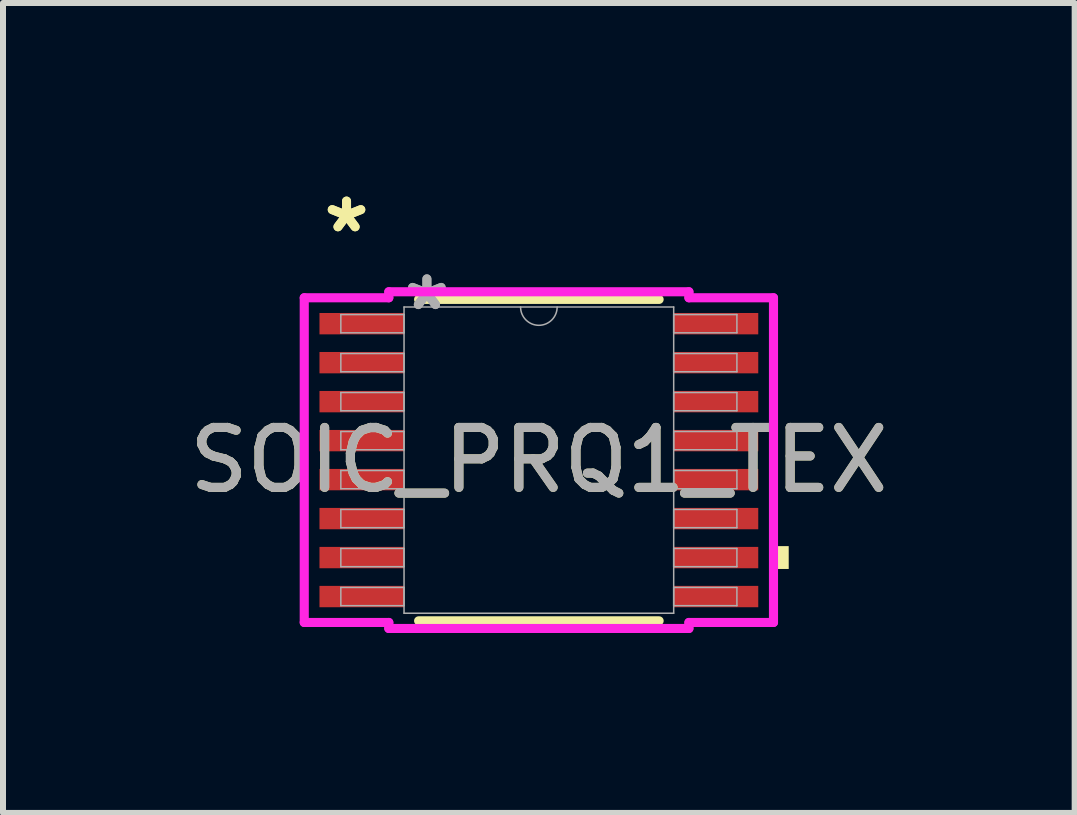
<source format=kicad_pcb>
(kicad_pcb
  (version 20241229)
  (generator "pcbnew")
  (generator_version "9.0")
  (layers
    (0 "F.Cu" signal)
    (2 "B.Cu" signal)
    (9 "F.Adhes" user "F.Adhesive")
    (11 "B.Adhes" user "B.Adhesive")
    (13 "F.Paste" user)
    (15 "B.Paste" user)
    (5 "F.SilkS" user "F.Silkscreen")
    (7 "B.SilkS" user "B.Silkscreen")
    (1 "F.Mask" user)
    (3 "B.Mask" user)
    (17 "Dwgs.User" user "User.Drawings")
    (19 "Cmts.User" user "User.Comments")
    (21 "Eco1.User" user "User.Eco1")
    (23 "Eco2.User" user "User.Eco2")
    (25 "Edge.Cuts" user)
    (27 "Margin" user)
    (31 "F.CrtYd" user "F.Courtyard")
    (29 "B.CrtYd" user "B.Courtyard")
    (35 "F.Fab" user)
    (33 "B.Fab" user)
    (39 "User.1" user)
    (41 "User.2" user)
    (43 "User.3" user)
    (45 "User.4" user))
  (footprint "SOIC_PRQ1_TEX"
    (layer "F.Cu")
    (at 5.935 4.622)
    (property "Reference" "SOIC_PRQ1_TEX" (at 0 0 0) (unlocked yes) (layer "F.SilkS") (effects (font (size 1 1) (thickness 0.15))))
    (attr smd)
    (fp_line (start -2.005 2.68) (end 2.005 2.68) (stroke (width 0.152) (type solid)) (layer "F.SilkS"))
    (fp_line (start 2.005 -2.68) (end -2.005 -2.68) (stroke (width 0.152) (type solid)) (layer "F.SilkS"))
    (fp_poly (pts (xy 4.166 1.434) (xy 4.166 1.815) (xy 3.912 1.815) (xy 3.912 1.434)) (stroke (width 0) (type solid)) (fill yes) (layer "F.SilkS"))
    (fp_line (start -3.912 -2.707) (end -2.502 -2.707) (stroke (width 0.152) (type solid)) (layer "F.CrtYd"))
    (fp_line (start -3.912 2.707) (end -3.912 -2.707) (stroke (width 0.152) (type solid)) (layer "F.CrtYd"))
    (fp_line (start -3.912 2.707) (end -2.502 2.707) (stroke (width 0.152) (type solid)) (layer "F.CrtYd"))
    (fp_line (start -2.502 -2.807) (end 2.502 -2.807) (stroke (width 0.152) (type solid)) (layer "F.CrtYd"))
    (fp_line (start -2.502 -2.707) (end -2.502 -2.807) (stroke (width 0.152) (type solid)) (layer "F.CrtYd"))
    (fp_line (start -2.502 2.807) (end -2.502 2.707) (stroke (width 0.152) (type solid)) (layer "F.CrtYd"))
    (fp_line (start 2.502 -2.807) (end 2.502 -2.707) (stroke (width 0.152) (type solid)) (layer "F.CrtYd"))
    (fp_line (start 2.502 2.707) (end 2.502 2.807) (stroke (width 0.152) (type solid)) (layer "F.CrtYd"))
    (fp_line (start 2.502 2.807) (end -2.502 2.807) (stroke (width 0.152) (type solid)) (layer "F.CrtYd"))
    (fp_line (start 3.912 -2.707) (end 2.502 -2.707) (stroke (width 0.152) (type solid)) (layer "F.CrtYd"))
    (fp_line (start 3.912 -2.707) (end 3.912 2.707) (stroke (width 0.152) (type solid)) (layer "F.CrtYd"))
    (fp_line (start 3.912 2.707) (end 2.502 2.707) (stroke (width 0.152) (type solid)) (layer "F.CrtYd"))
    (fp_line (start -3.302 -2.427) (end -3.302 -2.123) (stroke (width 0.025) (type solid)) (layer "F.Fab"))
    (fp_line (start -3.302 -2.123) (end -2.248 -2.123) (stroke (width 0.025) (type solid)) (layer "F.Fab"))
    (fp_line (start -3.302 -1.777) (end -3.302 -1.473) (stroke (width 0.025) (type solid)) (layer "F.Fab"))
    (fp_line (start -3.302 -1.473) (end -2.248 -1.473) (stroke (width 0.025) (type solid)) (layer "F.Fab"))
    (fp_line (start -3.302 -1.127) (end -3.302 -0.823) (stroke (width 0.025) (type solid)) (layer "F.Fab"))
    (fp_line (start -3.302 -0.823) (end -2.248 -0.823) (stroke (width 0.025) (type solid)) (layer "F.Fab"))
    (fp_line (start -3.302 -0.477) (end -3.302 -0.173) (stroke (width 0.025) (type solid)) (layer "F.Fab"))
    (fp_line (start -3.302 -0.173) (end -2.248 -0.173) (stroke (width 0.025) (type solid)) (layer "F.Fab"))
    (fp_line (start -3.302 0.173) (end -3.302 0.477) (stroke (width 0.025) (type solid)) (layer "F.Fab"))
    (fp_line (start -3.302 0.477) (end -2.248 0.477) (stroke (width 0.025) (type solid)) (layer "F.Fab"))
    (fp_line (start -3.302 0.823) (end -3.302 1.127) (stroke (width 0.025) (type solid)) (layer "F.Fab"))
    (fp_line (start -3.302 1.127) (end -2.248 1.127) (stroke (width 0.025) (type solid)) (layer "F.Fab"))
    (fp_line (start -3.302 1.473) (end -3.302 1.777) (stroke (width 0.025) (type solid)) (layer "F.Fab"))
    (fp_line (start -3.302 1.777) (end -2.248 1.777) (stroke (width 0.025) (type solid)) (layer "F.Fab"))
    (fp_line (start -3.302 2.123) (end -3.302 2.427) (stroke (width 0.025) (type solid)) (layer "F.Fab"))
    (fp_line (start -3.302 2.427) (end -2.248 2.427) (stroke (width 0.025) (type solid)) (layer "F.Fab"))
    (fp_line (start -2.248 -2.553) (end -2.248 2.553) (stroke (width 0.025) (type solid)) (layer "F.Fab"))
    (fp_line (start -2.248 -2.427) (end -3.302 -2.427) (stroke (width 0.025) (type solid)) (layer "F.Fab"))
    (fp_line (start -2.248 -2.123) (end -2.248 -2.427) (stroke (width 0.025) (type solid)) (layer "F.Fab"))
    (fp_line (start -2.248 -1.777) (end -3.302 -1.777) (stroke (width 0.025) (type solid)) (layer "F.Fab"))
    (fp_line (start -2.248 -1.473) (end -2.248 -1.777) (stroke (width 0.025) (type solid)) (layer "F.Fab"))
    (fp_line (start -2.248 -1.127) (end -3.302 -1.127) (stroke (width 0.025) (type solid)) (layer "F.Fab"))
    (fp_line (start -2.248 -0.823) (end -2.248 -1.127) (stroke (width 0.025) (type solid)) (layer "F.Fab"))
    (fp_line (start -2.248 -0.477) (end -3.302 -0.477) (stroke (width 0.025) (type solid)) (layer "F.Fab"))
    (fp_line (start -2.248 -0.173) (end -2.248 -0.477) (stroke (width 0.025) (type solid)) (layer "F.Fab"))
    (fp_line (start -2.248 0.173) (end -3.302 0.173) (stroke (width 0.025) (type solid)) (layer "F.Fab"))
    (fp_line (start -2.248 0.477) (end -2.248 0.173) (stroke (width 0.025) (type solid)) (layer "F.Fab"))
    (fp_line (start -2.248 0.823) (end -3.302 0.823) (stroke (width 0.025) (type solid)) (layer "F.Fab"))
    (fp_line (start -2.248 1.127) (end -2.248 0.823) (stroke (width 0.025) (type solid)) (layer "F.Fab"))
    (fp_line (start -2.248 1.473) (end -3.302 1.473) (stroke (width 0.025) (type solid)) (layer "F.Fab"))
    (fp_line (start -2.248 1.777) (end -2.248 1.473) (stroke (width 0.025) (type solid)) (layer "F.Fab"))
    (fp_line (start -2.248 2.123) (end -3.302 2.123) (stroke (width 0.025) (type solid)) (layer "F.Fab"))
    (fp_line (start -2.248 2.427) (end -2.248 2.123) (stroke (width 0.025) (type solid)) (layer "F.Fab"))
    (fp_line (start -2.248 2.553) (end 2.248 2.553) (stroke (width 0.025) (type solid)) (layer "F.Fab"))
    (fp_line (start 2.248 -2.553) (end -2.248 -2.553) (stroke (width 0.025) (type solid)) (layer "F.Fab"))
    (fp_line (start 2.248 -2.427) (end 2.248 -2.123) (stroke (width 0.025) (type solid)) (layer "F.Fab"))
    (fp_line (start 2.248 -2.123) (end 3.302 -2.123) (stroke (width 0.025) (type solid)) (layer "F.Fab"))
    (fp_line (start 2.248 -1.777) (end 2.248 -1.473) (stroke (width 0.025) (type solid)) (layer "F.Fab"))
    (fp_line (start 2.248 -1.473) (end 3.302 -1.473) (stroke (width 0.025) (type solid)) (layer "F.Fab"))
    (fp_line (start 2.248 -1.127) (end 2.248 -0.823) (stroke (width 0.025) (type solid)) (layer "F.Fab"))
    (fp_line (start 2.248 -0.823) (end 3.302 -0.823) (stroke (width 0.025) (type solid)) (layer "F.Fab"))
    (fp_line (start 2.248 -0.477) (end 2.248 -0.173) (stroke (width 0.025) (type solid)) (layer "F.Fab"))
    (fp_line (start 2.248 -0.173) (end 3.302 -0.173) (stroke (width 0.025) (type solid)) (layer "F.Fab"))
    (fp_line (start 2.248 0.173) (end 2.248 0.477) (stroke (width 0.025) (type solid)) (layer "F.Fab"))
    (fp_line (start 2.248 0.477) (end 3.302 0.477) (stroke (width 0.025) (type solid)) (layer "F.Fab"))
    (fp_line (start 2.248 0.823) (end 2.248 1.127) (stroke (width 0.025) (type solid)) (layer "F.Fab"))
    (fp_line (start 2.248 1.127) (end 3.302 1.127) (stroke (width 0.025) (type solid)) (layer "F.Fab"))
    (fp_line (start 2.248 1.473) (end 2.248 1.777) (stroke (width 0.025) (type solid)) (layer "F.Fab"))
    (fp_line (start 2.248 1.777) (end 3.302 1.777) (stroke (width 0.025) (type solid)) (layer "F.Fab"))
    (fp_line (start 2.248 2.123) (end 2.248 2.427) (stroke (width 0.025) (type solid)) (layer "F.Fab"))
    (fp_line (start 2.248 2.427) (end 3.302 2.427) (stroke (width 0.025) (type solid)) (layer "F.Fab"))
    (fp_line (start 2.248 2.553) (end 2.248 -2.553) (stroke (width 0.025) (type solid)) (layer "F.Fab"))
    (fp_line (start 3.302 -2.427) (end 2.248 -2.427) (stroke (width 0.025) (type solid)) (layer "F.Fab"))
    (fp_line (start 3.302 -2.123) (end 3.302 -2.427) (stroke (width 0.025) (type solid)) (layer "F.Fab"))
    (fp_line (start 3.302 -1.777) (end 2.248 -1.777) (stroke (width 0.025) (type solid)) (layer "F.Fab"))
    (fp_line (start 3.302 -1.473) (end 3.302 -1.777) (stroke (width 0.025) (type solid)) (layer "F.Fab"))
    (fp_line (start 3.302 -1.127) (end 2.248 -1.127) (stroke (width 0.025) (type solid)) (layer "F.Fab"))
    (fp_line (start 3.302 -0.823) (end 3.302 -1.127) (stroke (width 0.025) (type solid)) (layer "F.Fab"))
    (fp_line (start 3.302 -0.477) (end 2.248 -0.477) (stroke (width 0.025) (type solid)) (layer "F.Fab"))
    (fp_line (start 3.302 -0.173) (end 3.302 -0.477) (stroke (width 0.025) (type solid)) (layer "F.Fab"))
    (fp_line (start 3.302 0.173) (end 2.248 0.173) (stroke (width 0.025) (type solid)) (layer "F.Fab"))
    (fp_line (start 3.302 0.477) (end 3.302 0.173) (stroke (width 0.025) (type solid)) (layer "F.Fab"))
    (fp_line (start 3.302 0.823) (end 2.248 0.823) (stroke (width 0.025) (type solid)) (layer "F.Fab"))
    (fp_line (start 3.302 1.127) (end 3.302 0.823) (stroke (width 0.025) (type solid)) (layer "F.Fab"))
    (fp_line (start 3.302 1.473) (end 2.248 1.473) (stroke (width 0.025) (type solid)) (layer "F.Fab"))
    (fp_line (start 3.302 1.777) (end 3.302 1.473) (stroke (width 0.025) (type solid)) (layer "F.Fab"))
    (fp_line (start 3.302 2.123) (end 2.248 2.123) (stroke (width 0.025) (type solid)) (layer "F.Fab"))
    (fp_line (start 3.302 2.427) (end 3.302 2.123) (stroke (width 0.025) (type solid)) (layer "F.Fab"))
    (fp_arc (start 0.3048 -2.5527) (mid 0 -2.2479) (end -0.3048 -2.5527) (stroke (width 0.0254) (type solid)) (layer "F.Fab"))
    (fp_text user "*" (at -3.207 -3.774 0) (unlocked yes) (layer "F.SilkS") (effects (font (size 1 1) (thickness 0.15))))
    (fp_text user "*" (at -3.207 -3.774 0) (layer "F.SilkS") (effects (font (size 1 1) (thickness 0.15))))
    (fp_text user "*" (at -1.867 -2.477 0) (unlocked yes) (layer "F.Fab") (effects (font (size 1 1) (thickness 0.15))))
    (fp_text user "${REFERENCE}" (at 0 0 0) (unlocked yes) (layer "F.Fab") (effects (font (size 1 1) (thickness 0.15))))
    (fp_text user "*" (at -1.867 -2.477 0) (layer "F.Fab") (effects (font (size 1 1) (thickness 0.15))))
    (pad "1" smd rect (at -2.953 -2.275) (size 1.41 0.356) (layers "F.Cu" "F.Mask" "F.Paste"))
    (pad "2" smd rect (at -2.953 -1.625) (size 1.41 0.356) (layers "F.Cu" "F.Mask" "F.Paste"))
    (pad "3" smd rect (at -2.953 -0.975) (size 1.41 0.356) (layers "F.Cu" "F.Mask" "F.Paste"))
    (pad "4" smd rect (at -2.953 -0.325) (size 1.41 0.356) (layers "F.Cu" "F.Mask" "F.Paste"))
    (pad "5" smd rect (at -2.953 0.325) (size 1.41 0.356) (layers "F.Cu" "F.Mask" "F.Paste"))
    (pad "6" smd rect (at -2.953 0.975) (size 1.41 0.356) (layers "F.Cu" "F.Mask" "F.Paste"))
    (pad "7" smd rect (at -2.953 1.625) (size 1.41 0.356) (layers "F.Cu" "F.Mask" "F.Paste"))
    (pad "8" smd rect (at -2.953 2.275) (size 1.41 0.356) (layers "F.Cu" "F.Mask" "F.Paste"))
    (pad "9" smd rect (at 2.953 2.275) (size 1.41 0.356) (layers "F.Cu" "F.Mask" "F.Paste"))
    (pad "10" smd rect (at 2.953 1.625) (size 1.41 0.356) (layers "F.Cu" "F.Mask" "F.Paste"))
    (pad "11" smd rect (at 2.953 0.975) (size 1.41 0.356) (layers "F.Cu" "F.Mask" "F.Paste"))
    (pad "12" smd rect (at 2.953 0.325) (size 1.41 0.356) (layers "F.Cu" "F.Mask" "F.Paste"))
    (pad "13" smd rect (at 2.953 -0.325) (size 1.41 0.356) (layers "F.Cu" "F.Mask" "F.Paste"))
    (pad "14" smd rect (at 2.953 -0.975) (size 1.41 0.356) (layers "F.Cu" "F.Mask" "F.Paste"))
    (pad "15" smd rect (at 2.953 -1.625) (size 1.41 0.356) (layers "F.Cu" "F.Mask" "F.Paste"))
    (pad "16" smd rect (at 2.953 -2.275) (size 1.41 0.356) (layers "F.Cu" "F.Mask" "F.Paste")))
  (gr_rect
    (start -3 -3)
    (end 14.869 10.505)
    (stroke (width 0.1) (type default))
    (fill no)
    (layer "Edge.Cuts")))
</source>
